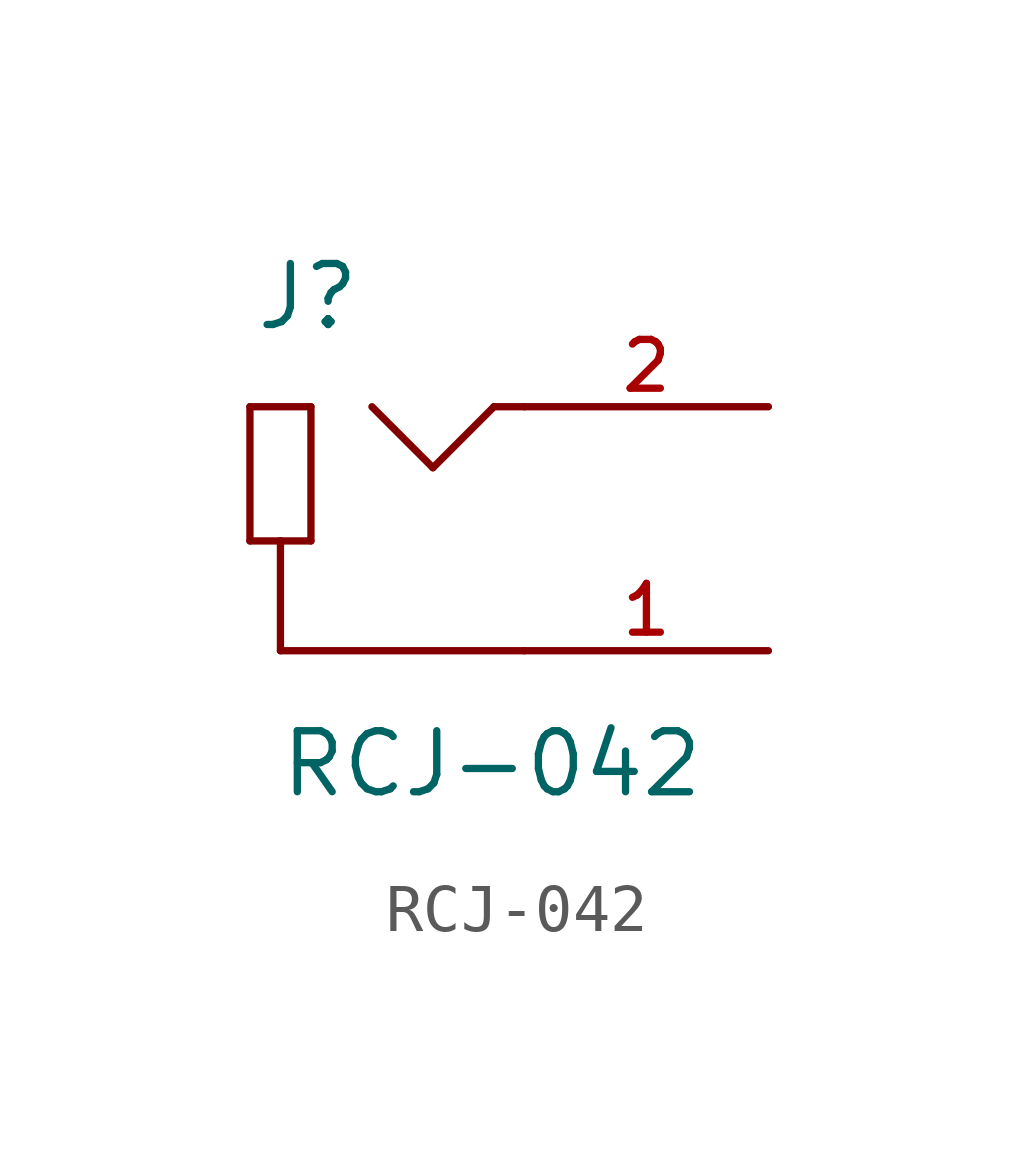
<source format=kicad_sym>
(kicad_symbol_lib
  (version 20211014)
  (generator kicad_symbol_editor)
  (symbol "RCJ-042"
    (pin_names
      (offset 1.016) hide)
    (property "Reference" "J"
      (at -5.639 4.089 0)
      (effects (font (size 1.27 1.27)) (justify left bottom)))
    (property "Value" "RCJ-042"
      (at -5.131 -5.639 0)
      (effects (font (size 1.27 1.27)) (justify left bottom)))
    (property "ki_locked" ""
      (at 0 0 0)
      (effects (font (size 1.27 1.27))))
    (symbol "RCJ-042_0_0"
      (polyline (pts (xy -5.715 -0.254) (xy -5.08 -0.254)) (stroke (width 0.152) (type default) (color 0 0 0 0)) (fill (type none)))
      (polyline (pts (xy -5.715 2.54) (xy -5.715 -0.254)) (stroke (width 0.152) (type default) (color 0 0 0 0)) (fill (type none)))
      (polyline (pts (xy -5.08 -2.54) (xy -5.08 -0.254)) (stroke (width 0.152) (type default) (color 0 0 0 0)) (fill (type none)))
      (polyline (pts (xy -5.08 -0.254) (xy -4.445 -0.254)) (stroke (width 0.152) (type default) (color 0 0 0 0)) (fill (type none)))
      (polyline (pts (xy -4.445 -0.254) (xy -4.445 2.54)) (stroke (width 0.152) (type default) (color 0 0 0 0)) (fill (type none)))
      (polyline (pts (xy -4.445 2.54) (xy -5.715 2.54)) (stroke (width 0.152) (type default) (color 0 0 0 0)) (fill (type none)))
      (polyline (pts (xy -1.905 1.27) (xy -3.175 2.54)) (stroke (width 0.152) (type default) (color 0 0 0 0)) (fill (type none)))
      (polyline (pts (xy -0.635 2.54) (xy -1.905 1.27)) (stroke (width 0.152) (type default) (color 0 0 0 0)) (fill (type none)))
      (polyline (pts (xy 0 -2.54) (xy -5.08 -2.54)) (stroke (width 0.152) (type default) (color 0 0 0 0)) (fill (type none)))
      (polyline (pts (xy 0 2.54) (xy -0.635 2.54)) (stroke (width 0.152) (type default) (color 0 0 0 0)) (fill (type none)))
      (pin passive line (at 5.08 -2.54 180) (length 5.08) (name "~" (effects (font (size 1.016 1.016)))) (number "1" (effects (font (size 1.016 1.016)))))
      (pin passive line (at 5.08 2.54 180) (length 5.08) (name "~" (effects (font (size 1.016 1.016)))) (number "2" (effects (font (size 1.016 1.016))))))))
</source>
